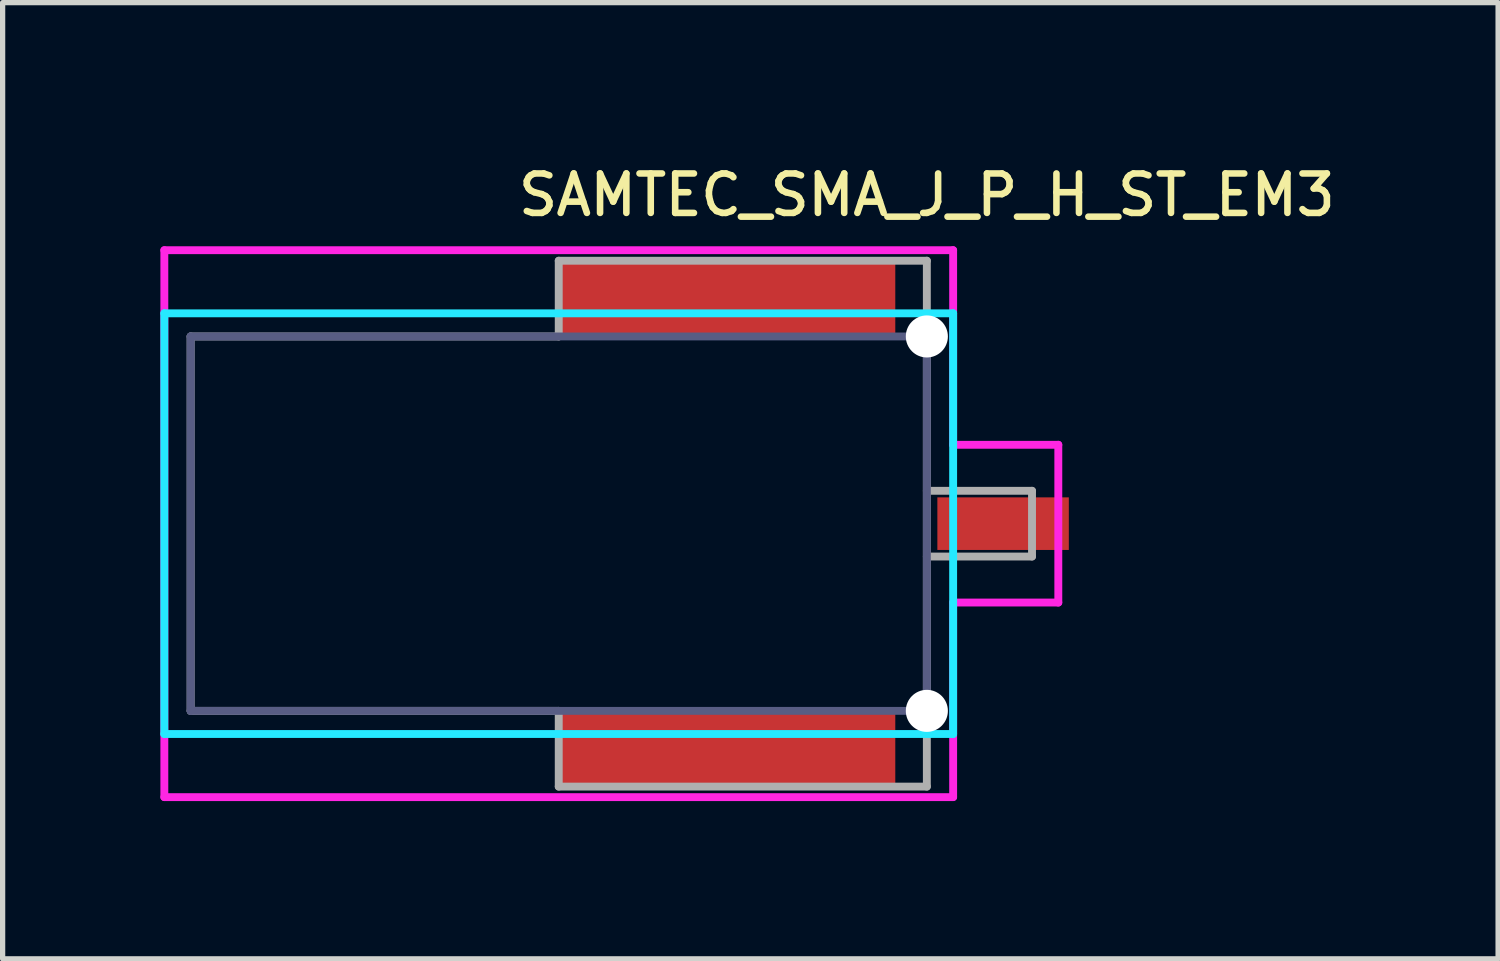
<source format=kicad_pcb>
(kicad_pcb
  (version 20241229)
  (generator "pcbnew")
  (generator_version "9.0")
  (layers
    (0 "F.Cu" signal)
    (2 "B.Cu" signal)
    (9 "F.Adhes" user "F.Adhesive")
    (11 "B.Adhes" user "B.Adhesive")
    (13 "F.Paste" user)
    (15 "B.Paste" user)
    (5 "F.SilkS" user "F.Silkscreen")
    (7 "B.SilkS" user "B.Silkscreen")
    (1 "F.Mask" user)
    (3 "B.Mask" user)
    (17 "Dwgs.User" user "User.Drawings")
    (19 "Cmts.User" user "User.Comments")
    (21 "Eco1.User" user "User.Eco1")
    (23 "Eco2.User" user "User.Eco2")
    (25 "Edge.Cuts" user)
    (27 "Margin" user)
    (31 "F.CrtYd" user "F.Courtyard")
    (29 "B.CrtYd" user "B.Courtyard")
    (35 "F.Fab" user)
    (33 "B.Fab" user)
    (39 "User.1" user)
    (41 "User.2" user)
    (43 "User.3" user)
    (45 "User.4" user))
  (footprint "SAMTEC_SMA_J_P_H_ST_EM3"
    (layer "F.Cu")
    (at 7.575 6.908)
    (property "Reference" "SAMTEC_SMA_J_P_H_ST_EM3" (at 7 -6.25 0) (layer "F.SilkS") (effects (font (size 0.75 0.75) (thickness 0.125))))
    (attr through_hole)
    (fp_line (start -7.5 4) (end -7.5 -4) (stroke (width 0.15) (type solid)) (layer "B.CrtYd"))
    (fp_line (start -7.5 4) (end 7.5 4) (stroke (width 0.15) (type solid)) (layer "B.CrtYd"))
    (fp_line (start 7.5 -4) (end -7.5 -4) (stroke (width 0.15) (type solid)) (layer "B.CrtYd"))
    (fp_line (start 7.5 -4) (end 7.5 4) (stroke (width 0.15) (type solid)) (layer "B.CrtYd"))
    (fp_line (start -7.5 -5.2) (end 7.5 -5.2) (stroke (width 0.15) (type solid)) (layer "F.CrtYd"))
    (fp_line (start -7.5 5.2) (end -7.5 -5.2) (stroke (width 0.15) (type solid)) (layer "F.CrtYd"))
    (fp_line (start 7.5 -5.2) (end 7.5 -1.5) (stroke (width 0.15) (type solid)) (layer "F.CrtYd"))
    (fp_line (start 7.5 -1.5) (end 9.5 -1.5) (stroke (width 0.15) (type solid)) (layer "F.CrtYd"))
    (fp_line (start 7.5 1.5) (end 7.5 5.2) (stroke (width 0.15) (type solid)) (layer "F.CrtYd"))
    (fp_line (start 7.5 5.2) (end -7.5 5.2) (stroke (width 0.15) (type solid)) (layer "F.CrtYd"))
    (fp_line (start 9.5 -1.5) (end 9.5 1.5) (stroke (width 0.15) (type solid)) (layer "F.CrtYd"))
    (fp_line (start 9.5 1.5) (end 7.5 1.5) (stroke (width 0.15) (type solid)) (layer "F.CrtYd"))
    (fp_line (start -7 -3.56) (end 7 -3.56) (stroke (width 0.15) (type solid)) (layer "B.Fab"))
    (fp_line (start -7 3.56) (end -7 -3.56) (stroke (width 0.15) (type solid)) (layer "B.Fab"))
    (fp_line (start 7 -3.56) (end 7 3.56) (stroke (width 0.15) (type solid)) (layer "B.Fab"))
    (fp_line (start 7 3.56) (end -7 3.56) (stroke (width 0.15) (type solid)) (layer "B.Fab"))
    (fp_line (start -7 -3.56) (end -7 3.56) (stroke (width 0.15) (type solid)) (layer "F.Fab"))
    (fp_line (start 0 -5) (end 0 -3.56) (stroke (width 0.15) (type solid)) (layer "F.Fab"))
    (fp_line (start 0 -3.56) (end -7 -3.56) (stroke (width 0.15) (type solid)) (layer "F.Fab"))
    (fp_line (start 0 3.56) (end -7 3.56) (stroke (width 0.15) (type solid)) (layer "F.Fab"))
    (fp_line (start 0 5) (end 0 3.56) (stroke (width 0.15) (type solid)) (layer "F.Fab"))
    (fp_line (start 7 -5) (end 0 -5) (stroke (width 0.15) (type solid)) (layer "F.Fab"))
    (fp_line (start 7 -5) (end 7 5) (stroke (width 0.15) (type solid)) (layer "F.Fab"))
    (fp_line (start 7 -0.625) (end 9 -0.625) (stroke (width 0.15) (type solid)) (layer "F.Fab"))
    (fp_line (start 7 5) (end 0 5) (stroke (width 0.15) (type solid)) (layer "F.Fab"))
    (fp_line (start 9 -0.625) (end 9 0.625) (stroke (width 0.15) (type solid)) (layer "F.Fab"))
    (fp_line (start 9 0.625) (end 7 0.625) (stroke (width 0.15) (type solid)) (layer "F.Fab"))
    (pad "" np_thru_hole circle (at 7 -3.56) (size 0.8 0.8) (drill 0.8) (layers "*.Cu" "*.Mask"))
    (pad "" np_thru_hole circle (at 7 3.56) (size 0.8 0.8) (drill 0.8) (layers "*.Cu" "*.Mask"))
    (pad "1" smd rect (at 8.45 0) (size 2.5 1) (layers "F.Cu" "F.Mask" "F.Paste"))
    (pad "2" smd rect (at 3.2 -4.28) (size 6.4 1.44) (layers "F.Cu" "F.Mask" "F.Paste"))
    (pad "2" smd rect (at 3.2 4.28) (size 6.4 1.44) (layers "F.Cu" "F.Mask" "F.Paste")))
  (gr_rect
    (start -3 -3)
    (end 25.438 15.183)
    (stroke (width 0.1) (type default))
    (fill no)
    (layer "Edge.Cuts")))
</source>
